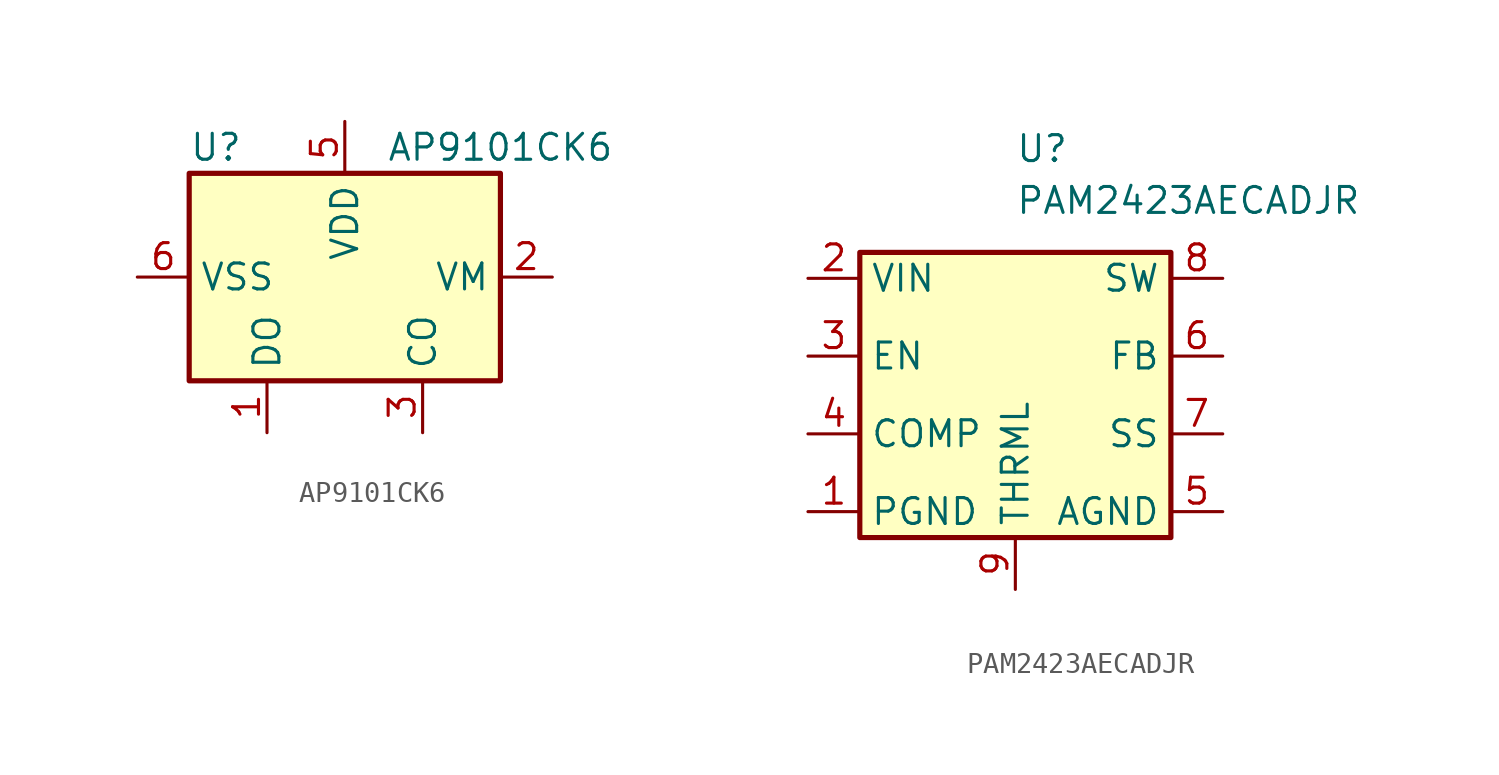
<source format=kicad_sym>
(kicad_symbol_lib
  (version 20211014)
  (generator kicad_symbol_editor)
  (symbol "AP9101CK6"
    (property "Reference" "U"
      (at -7.62 6.35 0)
      (effects (font (size 1.27 1.27)) (justify left)))
    (property "Value" "AP9101CK6"
      (at 7.62 6.35 0)
      (effects (font (size 1.27 1.27))))
    (symbol "AP9101CK6_0_1"
      (rectangle (start -7.62 5.08) (end 7.62 -5.08) (stroke (width 0.254) (type default) (color 0 0 0 0)) (fill (type background))))
    (symbol "AP9101CK6_1_1"
      (pin output line (at -3.81 -7.62 90) (length 2.54) (name "DO" (effects (font (size 1.27 1.27)))) (number "1" (effects (font (size 1.27 1.27)))))
      (pin passive line (at 10.16 0 180) (length 2.54) (name "VM" (effects (font (size 1.27 1.27)))) (number "2" (effects (font (size 1.27 1.27)))))
      (pin output line (at 3.81 -7.62 90) (length 2.54) (name "CO" (effects (font (size 1.27 1.27)))) (number "3" (effects (font (size 1.27 1.27)))))
      (pin no_connect line (at -7.62 2.54 0) (length 2.54) hide (name "NC" (effects (font (size 1.27 1.27)))) (number "4" (effects (font (size 1.27 1.27)))))
      (pin passive line (at 0 7.62 270) (length 2.54) (name "VDD" (effects (font (size 1.27 1.27)))) (number "5" (effects (font (size 1.27 1.27)))))
      (pin passive line (at -10.16 0 0) (length 2.54) (name "VSS" (effects (font (size 1.27 1.27)))) (number "6" (effects (font (size 1.27 1.27)))))))
  (symbol "PAM2423AECADJR"
    (property "Reference" "U"
      (at 0 11.43 0)
      (effects (font (size 1.27 1.27)) (justify left)))
    (property "Value" "PAM2423AECADJR"
      (at 0 8.89 0)
      (effects (font (size 1.27 1.27)) (justify left)))
    (symbol "PAM2423AECADJR_0_0"
      (rectangle (start -7.62 6.35) (end 7.62 -7.62) (stroke (width 0.254) (type default) (color 0 0 0 0)) (fill (type background))))
    (symbol "PAM2423AECADJR_1_1"
      (pin passive line (at -10.16 -6.35 0) (length 2.54) (name "PGND" (effects (font (size 1.27 1.27)))) (number "1" (effects (font (size 1.27 1.27)))))
      (pin power_in line (at -10.16 5.08 0) (length 2.54) (name "VIN" (effects (font (size 1.27 1.27)))) (number "2" (effects (font (size 1.27 1.27)))))
      (pin input line (at -10.16 1.27 0) (length 2.54) (name "EN" (effects (font (size 1.27 1.27)))) (number "3" (effects (font (size 1.27 1.27)))))
      (pin passive line (at -10.16 -2.54 0) (length 2.54) (name "COMP" (effects (font (size 1.27 1.27)))) (number "4" (effects (font (size 1.27 1.27)))))
      (pin passive line (at 10.16 -6.35 180) (length 2.54) (name "AGND" (effects (font (size 1.27 1.27)))) (number "5" (effects (font (size 1.27 1.27)))))
      (pin input line (at 10.16 1.27 180) (length 2.54) (name "FB" (effects (font (size 1.27 1.27)))) (number "6" (effects (font (size 1.27 1.27)))))
      (pin passive line (at 10.16 -2.54 180) (length 2.54) (name "SS" (effects (font (size 1.27 1.27)))) (number "7" (effects (font (size 1.27 1.27)))))
      (pin passive line (at 10.16 5.08 180) (length 2.54) (name "SW" (effects (font (size 1.27 1.27)))) (number "8" (effects (font (size 1.27 1.27)))))
      (pin passive line (at 0 -10.16 90) (length 2.54) (name "THRML" (effects (font (size 1.27 1.27)))) (number "9" (effects (font (size 1.27 1.27))))))))
</source>
